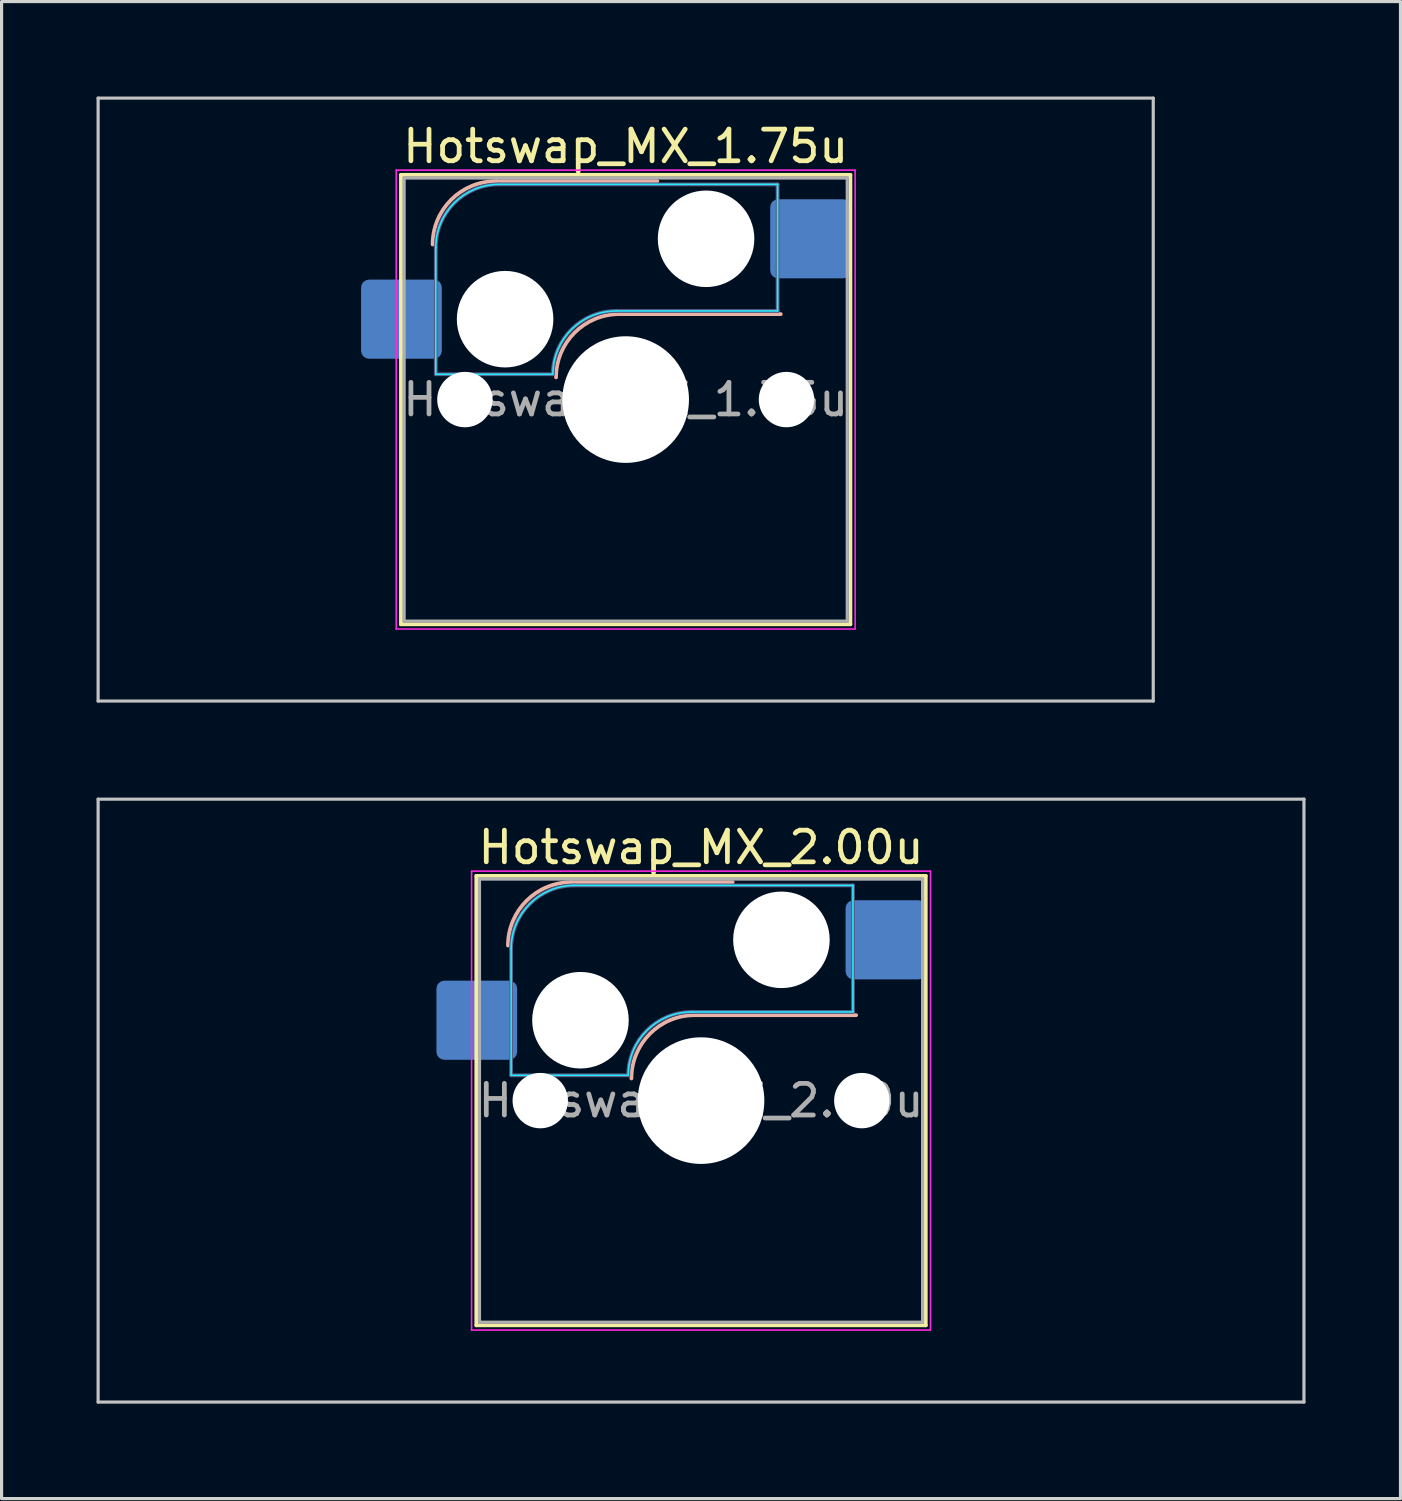
<source format=kicad_pcb>
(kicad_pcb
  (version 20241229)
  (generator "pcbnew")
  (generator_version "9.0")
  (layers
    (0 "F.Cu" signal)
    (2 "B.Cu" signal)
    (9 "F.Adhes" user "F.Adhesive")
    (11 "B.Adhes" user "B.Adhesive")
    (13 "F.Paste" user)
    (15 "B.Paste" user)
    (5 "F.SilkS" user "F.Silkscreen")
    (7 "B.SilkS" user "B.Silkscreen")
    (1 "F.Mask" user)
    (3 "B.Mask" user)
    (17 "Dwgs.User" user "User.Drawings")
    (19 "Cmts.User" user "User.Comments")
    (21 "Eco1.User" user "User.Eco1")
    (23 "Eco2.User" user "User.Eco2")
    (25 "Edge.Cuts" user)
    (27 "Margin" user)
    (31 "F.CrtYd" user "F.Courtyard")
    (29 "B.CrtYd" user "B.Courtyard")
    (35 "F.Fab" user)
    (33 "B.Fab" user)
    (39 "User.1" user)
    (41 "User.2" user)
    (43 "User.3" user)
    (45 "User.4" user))
  (footprint "Hotswap_MX_1.75u"
    (layer "F.Cu")
    (at 16.719 9.575)
    (property "Reference" "Hotswap_MX_1.75u" (at 0 -8 0) (layer "F.SilkS") (effects (font (size 1 1) (thickness 0.15))))
    (attr smd)
    (fp_line (start -7.1 -7.1) (end -7.1 7.1) (stroke (width 0.12) (type solid)) (layer "F.SilkS"))
    (fp_line (start -7.1 7.1) (end 7.1 7.1) (stroke (width 0.12) (type solid)) (layer "F.SilkS"))
    (fp_line (start 7.1 -7.1) (end -7.1 -7.1) (stroke (width 0.12) (type solid)) (layer "F.SilkS"))
    (fp_line (start 7.1 7.1) (end 7.1 -7.1) (stroke (width 0.12) (type solid)) (layer "F.SilkS"))
    (fp_line (start -4.1 -6.9) (end 1 -6.9) (stroke (width 0.12) (type solid)) (layer "B.SilkS"))
    (fp_line (start -0.2 -2.7) (end 4.9 -2.7) (stroke (width 0.12) (type solid)) (layer "B.SilkS"))
    (fp_arc (start -6.1 -4.9) (mid -5.514214 -6.314214) (end -4.1 -6.9) (stroke (width 0.12) (type solid)) (layer "B.SilkS"))
    (fp_arc (start -2.2 -0.7) (mid -1.614214 -2.114214) (end -0.2 -2.7) (stroke (width 0.12) (type solid)) (layer "B.SilkS"))
    (fp_line (start -16.669 -9.525) (end -16.669 9.525) (stroke (width 0.1) (type solid)) (layer "Dwgs.User"))
    (fp_line (start -16.669 9.525) (end 16.669 9.525) (stroke (width 0.1) (type solid)) (layer "Dwgs.User"))
    (fp_line (start 16.669 -9.525) (end -16.669 -9.525) (stroke (width 0.1) (type solid)) (layer "Dwgs.User"))
    (fp_line (start 16.669 9.525) (end 16.669 -9.525) (stroke (width 0.1) (type solid)) (layer "Dwgs.User"))
    (fp_line (start -7.8 -6) (end -7 -6) (stroke (width 0.1) (type solid)) (layer "Eco1.User"))
    (fp_line (start -7.8 -2.9) (end -7.8 -6) (stroke (width 0.1) (type solid)) (layer "Eco1.User"))
    (fp_line (start -7.8 2.9) (end -7 2.9) (stroke (width 0.1) (type solid)) (layer "Eco1.User"))
    (fp_line (start -7.8 6) (end -7.8 2.9) (stroke (width 0.1) (type solid)) (layer "Eco1.User"))
    (fp_line (start -7 -7) (end 7 -7) (stroke (width 0.1) (type solid)) (layer "Eco1.User"))
    (fp_line (start -7 -6) (end -7 -7) (stroke (width 0.1) (type solid)) (layer "Eco1.User"))
    (fp_line (start -7 -2.9) (end -7.8 -2.9) (stroke (width 0.1) (type solid)) (layer "Eco1.User"))
    (fp_line (start -7 2.9) (end -7 -2.9) (stroke (width 0.1) (type solid)) (layer "Eco1.User"))
    (fp_line (start -7 6) (end -7.8 6) (stroke (width 0.1) (type solid)) (layer "Eco1.User"))
    (fp_line (start -7 7) (end -7 6) (stroke (width 0.1) (type solid)) (layer "Eco1.User"))
    (fp_line (start 7 -7) (end 7 -6) (stroke (width 0.1) (type solid)) (layer "Eco1.User"))
    (fp_line (start 7 -6) (end 7.8 -6) (stroke (width 0.1) (type solid)) (layer "Eco1.User"))
    (fp_line (start 7 -2.9) (end 7 2.9) (stroke (width 0.1) (type solid)) (layer "Eco1.User"))
    (fp_line (start 7 2.9) (end 7.8 2.9) (stroke (width 0.1) (type solid)) (layer "Eco1.User"))
    (fp_line (start 7 6) (end 7 7) (stroke (width 0.1) (type solid)) (layer "Eco1.User"))
    (fp_line (start 7 7) (end -7 7) (stroke (width 0.1) (type solid)) (layer "Eco1.User"))
    (fp_line (start 7.8 -6) (end 7.8 -2.9) (stroke (width 0.1) (type solid)) (layer "Eco1.User"))
    (fp_line (start 7.8 -2.9) (end 7 -2.9) (stroke (width 0.1) (type solid)) (layer "Eco1.User"))
    (fp_line (start 7.8 2.9) (end 7.8 6) (stroke (width 0.1) (type solid)) (layer "Eco1.User"))
    (fp_line (start 7.8 6) (end 7 6) (stroke (width 0.1) (type solid)) (layer "Eco1.User"))
    (fp_line (start -6 -0.8) (end -6 -4.8) (stroke (width 0.05) (type solid)) (layer "B.CrtYd"))
    (fp_line (start -6 -0.8) (end -2.3 -0.8) (stroke (width 0.05) (type solid)) (layer "B.CrtYd"))
    (fp_line (start -4 -6.8) (end 4.8 -6.8) (stroke (width 0.05) (type solid)) (layer "B.CrtYd"))
    (fp_line (start -0.3 -2.8) (end 4.8 -2.8) (stroke (width 0.05) (type solid)) (layer "B.CrtYd"))
    (fp_line (start 4.8 -6.8) (end 4.8 -2.8) (stroke (width 0.05) (type solid)) (layer "B.CrtYd"))
    (fp_arc (start -6 -4.8) (mid -5.414214 -6.214214) (end -4 -6.8) (stroke (width 0.05) (type solid)) (layer "B.CrtYd"))
    (fp_arc (start -2.3 -0.8) (mid -1.714214 -2.214214) (end -0.3 -2.8) (stroke (width 0.05) (type solid)) (layer "B.CrtYd"))
    (fp_line (start -7.25 -7.25) (end -7.25 7.25) (stroke (width 0.05) (type solid)) (layer "F.CrtYd"))
    (fp_line (start -7.25 7.25) (end 7.25 7.25) (stroke (width 0.05) (type solid)) (layer "F.CrtYd"))
    (fp_line (start 7.25 -7.25) (end -7.25 -7.25) (stroke (width 0.05) (type solid)) (layer "F.CrtYd"))
    (fp_line (start 7.25 7.25) (end 7.25 -7.25) (stroke (width 0.05) (type solid)) (layer "F.CrtYd"))
    (fp_line (start -6 -0.8) (end -6 -4.8) (stroke (width 0.12) (type solid)) (layer "B.Fab"))
    (fp_line (start -6 -0.8) (end -2.3 -0.8) (stroke (width 0.12) (type solid)) (layer "B.Fab"))
    (fp_line (start -4 -6.8) (end 4.8 -6.8) (stroke (width 0.12) (type solid)) (layer "B.Fab"))
    (fp_line (start -0.3 -2.8) (end 4.8 -2.8) (stroke (width 0.12) (type solid)) (layer "B.Fab"))
    (fp_line (start 4.8 -6.8) (end 4.8 -2.8) (stroke (width 0.12) (type solid)) (layer "B.Fab"))
    (fp_arc (start -6 -4.8) (mid -5.414214 -6.214214) (end -4 -6.8) (stroke (width 0.12) (type solid)) (layer "B.Fab"))
    (fp_arc (start -2.3 -0.8) (mid -1.714214 -2.214214) (end -0.3 -2.8) (stroke (width 0.12) (type solid)) (layer "B.Fab"))
    (fp_line (start -7 -7) (end -7 7) (stroke (width 0.1) (type solid)) (layer "F.Fab"))
    (fp_line (start -7 7) (end 7 7) (stroke (width 0.1) (type solid)) (layer "F.Fab"))
    (fp_line (start 7 -7) (end -7 -7) (stroke (width 0.1) (type solid)) (layer "F.Fab"))
    (fp_line (start 7 7) (end 7 -7) (stroke (width 0.1) (type solid)) (layer "F.Fab"))
    (fp_text user "${REFERENCE}" (at 0 0 0) (layer "F.Fab") (effects (font (size 1 1) (thickness 0.15))))
    (pad "" np_thru_hole circle (at -5.08 0) (size 1.75 1.75) (drill 1.75) (layers "*.Cu" "*.Mask"))
    (pad "" np_thru_hole circle (at -3.81 -2.54) (size 3.05 3.05) (drill 3.05) (layers "*.Cu" "*.Mask"))
    (pad "" np_thru_hole circle (at 0 0) (size 4 4) (drill 4) (layers "*.Cu" "*.Mask"))
    (pad "" np_thru_hole circle (at 2.54 -5.08) (size 3.05 3.05) (drill 3.05) (layers "*.Cu" "*.Mask"))
    (pad "" np_thru_hole circle (at 5.08 0) (size 1.75 1.75) (drill 1.75) (layers "*.Cu" "*.Mask"))
    (pad "1" smd roundrect (at -7.085 -2.54) (size 2.55 2.5) (layers "B.Cu" "B.Mask" "B.Paste") (roundrect_rratio 0.1))
    (pad "2" smd roundrect (at 5.842 -5.08) (size 2.55 2.5) (layers "B.Cu" "B.Mask" "B.Paste") (roundrect_rratio 0.1)))
  (footprint "Hotswap_MX_2.00u"
    (layer "F.Cu")
    (at 19.1 31.725)
    (property "Reference" "Hotswap_MX_2.00u" (at 0 -8 0) (layer "F.SilkS") (effects (font (size 1 1) (thickness 0.15))))
    (attr smd)
    (fp_line (start -7.1 -7.1) (end -7.1 7.1) (stroke (width 0.12) (type solid)) (layer "F.SilkS"))
    (fp_line (start -7.1 7.1) (end 7.1 7.1) (stroke (width 0.12) (type solid)) (layer "F.SilkS"))
    (fp_line (start 7.1 -7.1) (end -7.1 -7.1) (stroke (width 0.12) (type solid)) (layer "F.SilkS"))
    (fp_line (start 7.1 7.1) (end 7.1 -7.1) (stroke (width 0.12) (type solid)) (layer "F.SilkS"))
    (fp_line (start -4.1 -6.9) (end 1 -6.9) (stroke (width 0.12) (type solid)) (layer "B.SilkS"))
    (fp_line (start -0.2 -2.7) (end 4.9 -2.7) (stroke (width 0.12) (type solid)) (layer "B.SilkS"))
    (fp_arc (start -6.1 -4.9) (mid -5.514214 -6.314214) (end -4.1 -6.9) (stroke (width 0.12) (type solid)) (layer "B.SilkS"))
    (fp_arc (start -2.2 -0.7) (mid -1.614214 -2.114214) (end -0.2 -2.7) (stroke (width 0.12) (type solid)) (layer "B.SilkS"))
    (fp_line (start -19.05 -9.525) (end -19.05 9.525) (stroke (width 0.1) (type solid)) (layer "Dwgs.User"))
    (fp_line (start -19.05 9.525) (end 19.05 9.525) (stroke (width 0.1) (type solid)) (layer "Dwgs.User"))
    (fp_line (start 19.05 -9.525) (end -19.05 -9.525) (stroke (width 0.1) (type solid)) (layer "Dwgs.User"))
    (fp_line (start 19.05 9.525) (end 19.05 -9.525) (stroke (width 0.1) (type solid)) (layer "Dwgs.User"))
    (fp_line (start -7.8 -6) (end -7 -6) (stroke (width 0.1) (type solid)) (layer "Eco1.User"))
    (fp_line (start -7.8 -2.9) (end -7.8 -6) (stroke (width 0.1) (type solid)) (layer "Eco1.User"))
    (fp_line (start -7.8 2.9) (end -7 2.9) (stroke (width 0.1) (type solid)) (layer "Eco1.User"))
    (fp_line (start -7.8 6) (end -7.8 2.9) (stroke (width 0.1) (type solid)) (layer "Eco1.User"))
    (fp_line (start -7 -7) (end 7 -7) (stroke (width 0.1) (type solid)) (layer "Eco1.User"))
    (fp_line (start -7 -6) (end -7 -7) (stroke (width 0.1) (type solid)) (layer "Eco1.User"))
    (fp_line (start -7 -2.9) (end -7.8 -2.9) (stroke (width 0.1) (type solid)) (layer "Eco1.User"))
    (fp_line (start -7 2.9) (end -7 -2.9) (stroke (width 0.1) (type solid)) (layer "Eco1.User"))
    (fp_line (start -7 6) (end -7.8 6) (stroke (width 0.1) (type solid)) (layer "Eco1.User"))
    (fp_line (start -7 7) (end -7 6) (stroke (width 0.1) (type solid)) (layer "Eco1.User"))
    (fp_line (start 7 -7) (end 7 -6) (stroke (width 0.1) (type solid)) (layer "Eco1.User"))
    (fp_line (start 7 -6) (end 7.8 -6) (stroke (width 0.1) (type solid)) (layer "Eco1.User"))
    (fp_line (start 7 -2.9) (end 7 2.9) (stroke (width 0.1) (type solid)) (layer "Eco1.User"))
    (fp_line (start 7 2.9) (end 7.8 2.9) (stroke (width 0.1) (type solid)) (layer "Eco1.User"))
    (fp_line (start 7 6) (end 7 7) (stroke (width 0.1) (type solid)) (layer "Eco1.User"))
    (fp_line (start 7 7) (end -7 7) (stroke (width 0.1) (type solid)) (layer "Eco1.User"))
    (fp_line (start 7.8 -6) (end 7.8 -2.9) (stroke (width 0.1) (type solid)) (layer "Eco1.User"))
    (fp_line (start 7.8 -2.9) (end 7 -2.9) (stroke (width 0.1) (type solid)) (layer "Eco1.User"))
    (fp_line (start 7.8 2.9) (end 7.8 6) (stroke (width 0.1) (type solid)) (layer "Eco1.User"))
    (fp_line (start 7.8 6) (end 7 6) (stroke (width 0.1) (type solid)) (layer "Eco1.User"))
    (fp_line (start -6 -0.8) (end -6 -4.8) (stroke (width 0.05) (type solid)) (layer "B.CrtYd"))
    (fp_line (start -6 -0.8) (end -2.3 -0.8) (stroke (width 0.05) (type solid)) (layer "B.CrtYd"))
    (fp_line (start -4 -6.8) (end 4.8 -6.8) (stroke (width 0.05) (type solid)) (layer "B.CrtYd"))
    (fp_line (start -0.3 -2.8) (end 4.8 -2.8) (stroke (width 0.05) (type solid)) (layer "B.CrtYd"))
    (fp_line (start 4.8 -6.8) (end 4.8 -2.8) (stroke (width 0.05) (type solid)) (layer "B.CrtYd"))
    (fp_arc (start -6 -4.8) (mid -5.414214 -6.214214) (end -4 -6.8) (stroke (width 0.05) (type solid)) (layer "B.CrtYd"))
    (fp_arc (start -2.3 -0.8) (mid -1.714214 -2.214214) (end -0.3 -2.8) (stroke (width 0.05) (type solid)) (layer "B.CrtYd"))
    (fp_line (start -7.25 -7.25) (end -7.25 7.25) (stroke (width 0.05) (type solid)) (layer "F.CrtYd"))
    (fp_line (start -7.25 7.25) (end 7.25 7.25) (stroke (width 0.05) (type solid)) (layer "F.CrtYd"))
    (fp_line (start 7.25 -7.25) (end -7.25 -7.25) (stroke (width 0.05) (type solid)) (layer "F.CrtYd"))
    (fp_line (start 7.25 7.25) (end 7.25 -7.25) (stroke (width 0.05) (type solid)) (layer "F.CrtYd"))
    (fp_line (start -6 -0.8) (end -6 -4.8) (stroke (width 0.12) (type solid)) (layer "B.Fab"))
    (fp_line (start -6 -0.8) (end -2.3 -0.8) (stroke (width 0.12) (type solid)) (layer "B.Fab"))
    (fp_line (start -4 -6.8) (end 4.8 -6.8) (stroke (width 0.12) (type solid)) (layer "B.Fab"))
    (fp_line (start -0.3 -2.8) (end 4.8 -2.8) (stroke (width 0.12) (type solid)) (layer "B.Fab"))
    (fp_line (start 4.8 -6.8) (end 4.8 -2.8) (stroke (width 0.12) (type solid)) (layer "B.Fab"))
    (fp_arc (start -6 -4.8) (mid -5.414214 -6.214214) (end -4 -6.8) (stroke (width 0.12) (type solid)) (layer "B.Fab"))
    (fp_arc (start -2.3 -0.8) (mid -1.714214 -2.214214) (end -0.3 -2.8) (stroke (width 0.12) (type solid)) (layer "B.Fab"))
    (fp_line (start -7 -7) (end -7 7) (stroke (width 0.1) (type solid)) (layer "F.Fab"))
    (fp_line (start -7 7) (end 7 7) (stroke (width 0.1) (type solid)) (layer "F.Fab"))
    (fp_line (start 7 -7) (end -7 -7) (stroke (width 0.1) (type solid)) (layer "F.Fab"))
    (fp_line (start 7 7) (end 7 -7) (stroke (width 0.1) (type solid)) (layer "F.Fab"))
    (fp_text user "${REFERENCE}" (at 0 0 0) (layer "F.Fab") (effects (font (size 1 1) (thickness 0.15))))
    (pad "" np_thru_hole circle (at -5.08 0) (size 1.75 1.75) (drill 1.75) (layers "*.Cu" "*.Mask"))
    (pad "" np_thru_hole circle (at -3.81 -2.54) (size 3.05 3.05) (drill 3.05) (layers "*.Cu" "*.Mask"))
    (pad "" np_thru_hole circle (at 0 0) (size 4 4) (drill 4) (layers "*.Cu" "*.Mask"))
    (pad "" np_thru_hole circle (at 2.54 -5.08) (size 3.05 3.05) (drill 3.05) (layers "*.Cu" "*.Mask"))
    (pad "" np_thru_hole circle (at 5.08 0) (size 1.75 1.75) (drill 1.75) (layers "*.Cu" "*.Mask"))
    (pad "1" smd roundrect (at -7.085 -2.54) (size 2.55 2.5) (layers "B.Cu" "B.Mask" "B.Paste") (roundrect_rratio 0.1))
    (pad "2" smd roundrect (at 5.842 -5.08) (size 2.55 2.5) (layers "B.Cu" "B.Mask" "B.Paste") (roundrect_rratio 0.1)))
  (gr_rect
    (start -3 -3)
    (end 41.2 44.3)
    (stroke (width 0.1) (type default))
    (fill no)
    (layer "Edge.Cuts")))
</source>
